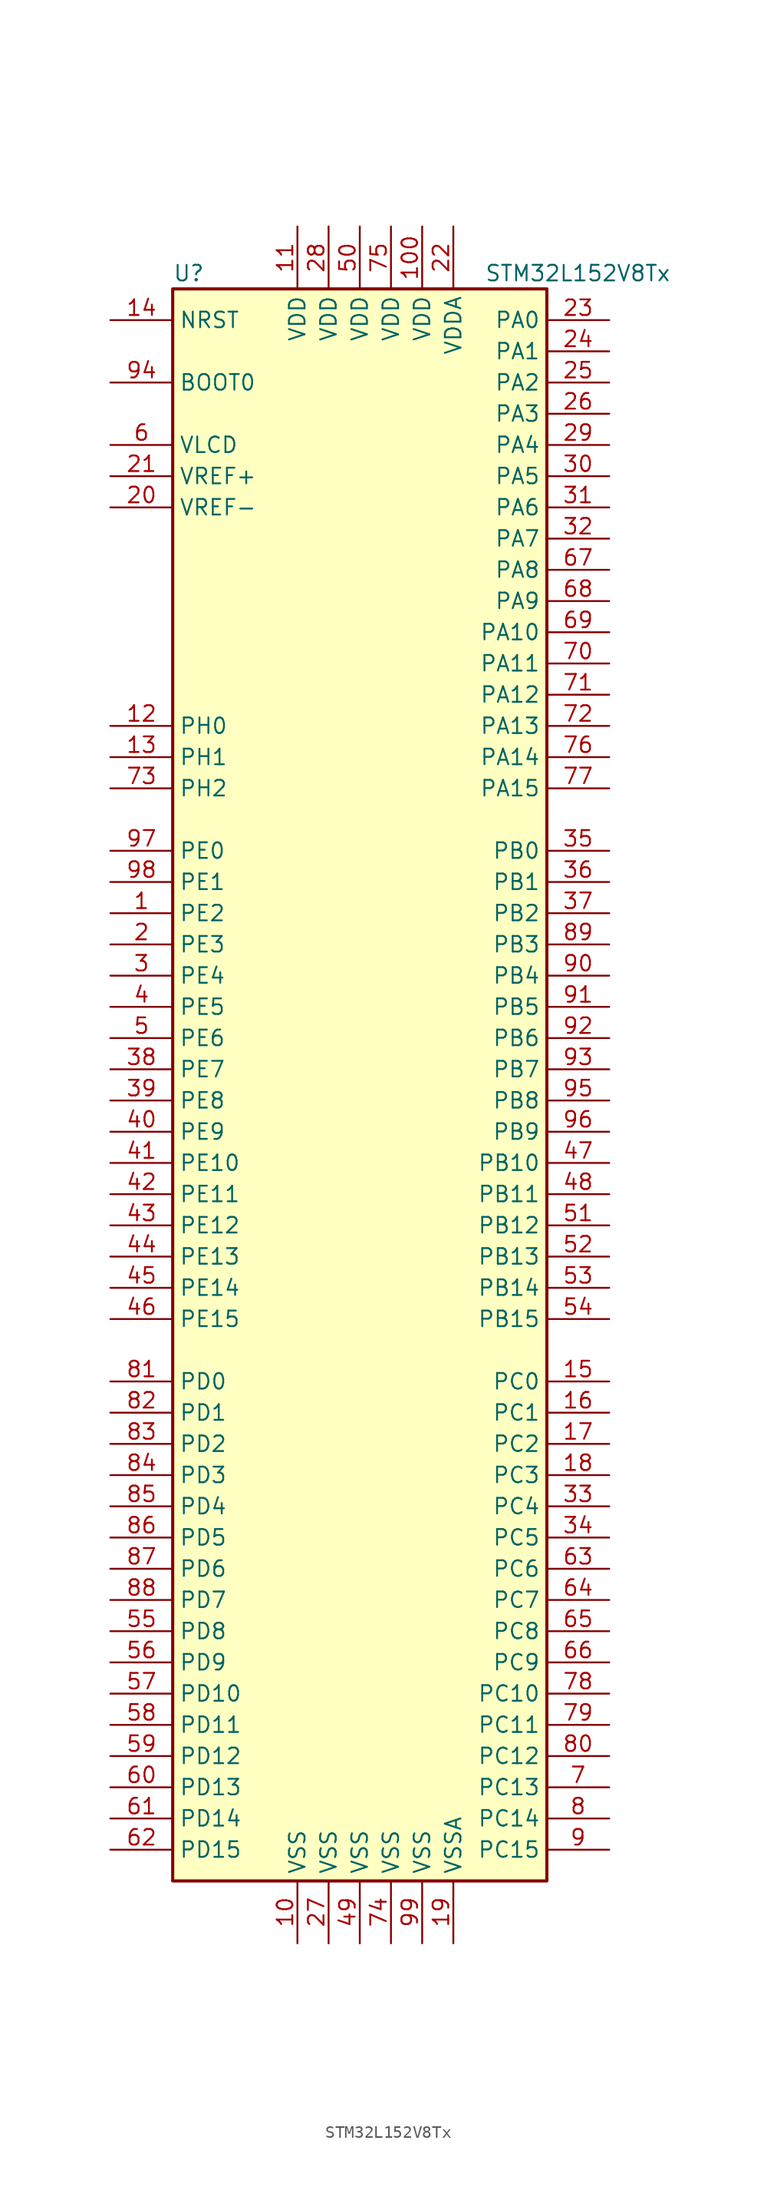
<source format=kicad_sym>
(kicad_symbol_lib
  (version 20201005)
  (generator kicad_symbol_editor)
  (symbol "STM32L152V8Tx"
    (property "Reference" "U"
      (at -15.24 64.77 0)
      (effects (font (size 1.27 1.27)) (justify left)))
    (property "Value" "STM32L152V8Tx"
      (at 10.16 64.77 0)
      (effects (font (size 1.27 1.27)) (justify left)))
    (symbol "STM32L152V8Tx_0_1"
      (rectangle (start -15.24 -66.04) (end 15.24 63.5) (stroke (width 0.254)) (fill (type background))))
    (symbol "STM32L152V8Tx_1_1"
      (pin bidirectional line (at -20.32 12.7 0) (length 5.08) (name "PE2" (effects (font (size 1.27 1.27)))) (number "1" (effects (font (size 1.27 1.27)))))
      (pin power_in line (at -5.08 -71.12 90) (length 5.08) (name "VSS" (effects (font (size 1.27 1.27)))) (number "10" (effects (font (size 1.27 1.27)))))
      (pin power_in line (at 5.08 68.58 270) (length 5.08) (name "VDD" (effects (font (size 1.27 1.27)))) (number "100" (effects (font (size 1.27 1.27)))))
      (pin power_in line (at -5.08 68.58 270) (length 5.08) (name "VDD" (effects (font (size 1.27 1.27)))) (number "11" (effects (font (size 1.27 1.27)))))
      (pin input line (at -20.32 27.94 0) (length 5.08) (name "PH0" (effects (font (size 1.27 1.27)))) (number "12" (effects (font (size 1.27 1.27)))))
      (pin input line (at -20.32 25.4 0) (length 5.08) (name "PH1" (effects (font (size 1.27 1.27)))) (number "13" (effects (font (size 1.27 1.27)))))
      (pin input line (at -20.32 60.96 0) (length 5.08) (name "NRST" (effects (font (size 1.27 1.27)))) (number "14" (effects (font (size 1.27 1.27)))))
      (pin bidirectional line (at 20.32 -25.4 180) (length 5.08) (name "PC0" (effects (font (size 1.27 1.27)))) (number "15" (effects (font (size 1.27 1.27)))))
      (pin bidirectional line (at 20.32 -27.94 180) (length 5.08) (name "PC1" (effects (font (size 1.27 1.27)))) (number "16" (effects (font (size 1.27 1.27)))))
      (pin bidirectional line (at 20.32 -30.48 180) (length 5.08) (name "PC2" (effects (font (size 1.27 1.27)))) (number "17" (effects (font (size 1.27 1.27)))))
      (pin bidirectional line (at 20.32 -33.02 180) (length 5.08) (name "PC3" (effects (font (size 1.27 1.27)))) (number "18" (effects (font (size 1.27 1.27)))))
      (pin power_in line (at 7.62 -71.12 90) (length 5.08) (name "VSSA" (effects (font (size 1.27 1.27)))) (number "19" (effects (font (size 1.27 1.27)))))
      (pin bidirectional line (at -20.32 10.16 0) (length 5.08) (name "PE3" (effects (font (size 1.27 1.27)))) (number "2" (effects (font (size 1.27 1.27)))))
      (pin power_in line (at -20.32 45.72 0) (length 5.08) (name "VREF-" (effects (font (size 1.27 1.27)))) (number "20" (effects (font (size 1.27 1.27)))))
      (pin power_in line (at -20.32 48.26 0) (length 5.08) (name "VREF+" (effects (font (size 1.27 1.27)))) (number "21" (effects (font (size 1.27 1.27)))))
      (pin power_in line (at 7.62 68.58 270) (length 5.08) (name "VDDA" (effects (font (size 1.27 1.27)))) (number "22" (effects (font (size 1.27 1.27)))))
      (pin bidirectional line (at 20.32 60.96 180) (length 5.08) (name "PA0" (effects (font (size 1.27 1.27)))) (number "23" (effects (font (size 1.27 1.27)))))
      (pin bidirectional line (at 20.32 58.42 180) (length 5.08) (name "PA1" (effects (font (size 1.27 1.27)))) (number "24" (effects (font (size 1.27 1.27)))))
      (pin bidirectional line (at 20.32 55.88 180) (length 5.08) (name "PA2" (effects (font (size 1.27 1.27)))) (number "25" (effects (font (size 1.27 1.27)))))
      (pin bidirectional line (at 20.32 53.34 180) (length 5.08) (name "PA3" (effects (font (size 1.27 1.27)))) (number "26" (effects (font (size 1.27 1.27)))))
      (pin power_in line (at -2.54 -71.12 90) (length 5.08) (name "VSS" (effects (font (size 1.27 1.27)))) (number "27" (effects (font (size 1.27 1.27)))))
      (pin power_in line (at -2.54 68.58 270) (length 5.08) (name "VDD" (effects (font (size 1.27 1.27)))) (number "28" (effects (font (size 1.27 1.27)))))
      (pin bidirectional line (at 20.32 50.8 180) (length 5.08) (name "PA4" (effects (font (size 1.27 1.27)))) (number "29" (effects (font (size 1.27 1.27)))))
      (pin bidirectional line (at -20.32 7.62 0) (length 5.08) (name "PE4" (effects (font (size 1.27 1.27)))) (number "3" (effects (font (size 1.27 1.27)))))
      (pin bidirectional line (at 20.32 48.26 180) (length 5.08) (name "PA5" (effects (font (size 1.27 1.27)))) (number "30" (effects (font (size 1.27 1.27)))))
      (pin bidirectional line (at 20.32 45.72 180) (length 5.08) (name "PA6" (effects (font (size 1.27 1.27)))) (number "31" (effects (font (size 1.27 1.27)))))
      (pin bidirectional line (at 20.32 43.18 180) (length 5.08) (name "PA7" (effects (font (size 1.27 1.27)))) (number "32" (effects (font (size 1.27 1.27)))))
      (pin bidirectional line (at 20.32 -35.56 180) (length 5.08) (name "PC4" (effects (font (size 1.27 1.27)))) (number "33" (effects (font (size 1.27 1.27)))))
      (pin bidirectional line (at 20.32 -38.1 180) (length 5.08) (name "PC5" (effects (font (size 1.27 1.27)))) (number "34" (effects (font (size 1.27 1.27)))))
      (pin bidirectional line (at 20.32 17.78 180) (length 5.08) (name "PB0" (effects (font (size 1.27 1.27)))) (number "35" (effects (font (size 1.27 1.27)))))
      (pin bidirectional line (at 20.32 15.24 180) (length 5.08) (name "PB1" (effects (font (size 1.27 1.27)))) (number "36" (effects (font (size 1.27 1.27)))))
      (pin bidirectional line (at 20.32 12.7 180) (length 5.08) (name "PB2" (effects (font (size 1.27 1.27)))) (number "37" (effects (font (size 1.27 1.27)))))
      (pin bidirectional line (at -20.32 0 0) (length 5.08) (name "PE7" (effects (font (size 1.27 1.27)))) (number "38" (effects (font (size 1.27 1.27)))))
      (pin bidirectional line (at -20.32 -2.54 0) (length 5.08) (name "PE8" (effects (font (size 1.27 1.27)))) (number "39" (effects (font (size 1.27 1.27)))))
      (pin bidirectional line (at -20.32 5.08 0) (length 5.08) (name "PE5" (effects (font (size 1.27 1.27)))) (number "4" (effects (font (size 1.27 1.27)))))
      (pin bidirectional line (at -20.32 -5.08 0) (length 5.08) (name "PE9" (effects (font (size 1.27 1.27)))) (number "40" (effects (font (size 1.27 1.27)))))
      (pin bidirectional line (at -20.32 -7.62 0) (length 5.08) (name "PE10" (effects (font (size 1.27 1.27)))) (number "41" (effects (font (size 1.27 1.27)))))
      (pin bidirectional line (at -20.32 -10.16 0) (length 5.08) (name "PE11" (effects (font (size 1.27 1.27)))) (number "42" (effects (font (size 1.27 1.27)))))
      (pin bidirectional line (at -20.32 -12.7 0) (length 5.08) (name "PE12" (effects (font (size 1.27 1.27)))) (number "43" (effects (font (size 1.27 1.27)))))
      (pin bidirectional line (at -20.32 -15.24 0) (length 5.08) (name "PE13" (effects (font (size 1.27 1.27)))) (number "44" (effects (font (size 1.27 1.27)))))
      (pin bidirectional line (at -20.32 -17.78 0) (length 5.08) (name "PE14" (effects (font (size 1.27 1.27)))) (number "45" (effects (font (size 1.27 1.27)))))
      (pin bidirectional line (at -20.32 -20.32 0) (length 5.08) (name "PE15" (effects (font (size 1.27 1.27)))) (number "46" (effects (font (size 1.27 1.27)))))
      (pin bidirectional line (at 20.32 -7.62 180) (length 5.08) (name "PB10" (effects (font (size 1.27 1.27)))) (number "47" (effects (font (size 1.27 1.27)))))
      (pin bidirectional line (at 20.32 -10.16 180) (length 5.08) (name "PB11" (effects (font (size 1.27 1.27)))) (number "48" (effects (font (size 1.27 1.27)))))
      (pin power_in line (at 0 -71.12 90) (length 5.08) (name "VSS" (effects (font (size 1.27 1.27)))) (number "49" (effects (font (size 1.27 1.27)))))
      (pin bidirectional line (at -20.32 2.54 0) (length 5.08) (name "PE6" (effects (font (size 1.27 1.27)))) (number "5" (effects (font (size 1.27 1.27)))))
      (pin power_in line (at 0 68.58 270) (length 5.08) (name "VDD" (effects (font (size 1.27 1.27)))) (number "50" (effects (font (size 1.27 1.27)))))
      (pin bidirectional line (at 20.32 -12.7 180) (length 5.08) (name "PB12" (effects (font (size 1.27 1.27)))) (number "51" (effects (font (size 1.27 1.27)))))
      (pin bidirectional line (at 20.32 -15.24 180) (length 5.08) (name "PB13" (effects (font (size 1.27 1.27)))) (number "52" (effects (font (size 1.27 1.27)))))
      (pin bidirectional line (at 20.32 -17.78 180) (length 5.08) (name "PB14" (effects (font (size 1.27 1.27)))) (number "53" (effects (font (size 1.27 1.27)))))
      (pin bidirectional line (at 20.32 -20.32 180) (length 5.08) (name "PB15" (effects (font (size 1.27 1.27)))) (number "54" (effects (font (size 1.27 1.27)))))
      (pin bidirectional line (at -20.32 -45.72 0) (length 5.08) (name "PD8" (effects (font (size 1.27 1.27)))) (number "55" (effects (font (size 1.27 1.27)))))
      (pin bidirectional line (at -20.32 -48.26 0) (length 5.08) (name "PD9" (effects (font (size 1.27 1.27)))) (number "56" (effects (font (size 1.27 1.27)))))
      (pin bidirectional line (at -20.32 -50.8 0) (length 5.08) (name "PD10" (effects (font (size 1.27 1.27)))) (number "57" (effects (font (size 1.27 1.27)))))
      (pin bidirectional line (at -20.32 -53.34 0) (length 5.08) (name "PD11" (effects (font (size 1.27 1.27)))) (number "58" (effects (font (size 1.27 1.27)))))
      (pin bidirectional line (at -20.32 -55.88 0) (length 5.08) (name "PD12" (effects (font (size 1.27 1.27)))) (number "59" (effects (font (size 1.27 1.27)))))
      (pin power_in line (at -20.32 50.8 0) (length 5.08) (name "VLCD" (effects (font (size 1.27 1.27)))) (number "6" (effects (font (size 1.27 1.27)))))
      (pin bidirectional line (at -20.32 -58.42 0) (length 5.08) (name "PD13" (effects (font (size 1.27 1.27)))) (number "60" (effects (font (size 1.27 1.27)))))
      (pin bidirectional line (at -20.32 -60.96 0) (length 5.08) (name "PD14" (effects (font (size 1.27 1.27)))) (number "61" (effects (font (size 1.27 1.27)))))
      (pin bidirectional line (at -20.32 -63.5 0) (length 5.08) (name "PD15" (effects (font (size 1.27 1.27)))) (number "62" (effects (font (size 1.27 1.27)))))
      (pin bidirectional line (at 20.32 -40.64 180) (length 5.08) (name "PC6" (effects (font (size 1.27 1.27)))) (number "63" (effects (font (size 1.27 1.27)))))
      (pin bidirectional line (at 20.32 -43.18 180) (length 5.08) (name "PC7" (effects (font (size 1.27 1.27)))) (number "64" (effects (font (size 1.27 1.27)))))
      (pin bidirectional line (at 20.32 -45.72 180) (length 5.08) (name "PC8" (effects (font (size 1.27 1.27)))) (number "65" (effects (font (size 1.27 1.27)))))
      (pin bidirectional line (at 20.32 -48.26 180) (length 5.08) (name "PC9" (effects (font (size 1.27 1.27)))) (number "66" (effects (font (size 1.27 1.27)))))
      (pin bidirectional line (at 20.32 40.64 180) (length 5.08) (name "PA8" (effects (font (size 1.27 1.27)))) (number "67" (effects (font (size 1.27 1.27)))))
      (pin bidirectional line (at 20.32 38.1 180) (length 5.08) (name "PA9" (effects (font (size 1.27 1.27)))) (number "68" (effects (font (size 1.27 1.27)))))
      (pin bidirectional line (at 20.32 35.56 180) (length 5.08) (name "PA10" (effects (font (size 1.27 1.27)))) (number "69" (effects (font (size 1.27 1.27)))))
      (pin bidirectional line (at 20.32 -58.42 180) (length 5.08) (name "PC13" (effects (font (size 1.27 1.27)))) (number "7" (effects (font (size 1.27 1.27)))))
      (pin bidirectional line (at 20.32 33.02 180) (length 5.08) (name "PA11" (effects (font (size 1.27 1.27)))) (number "70" (effects (font (size 1.27 1.27)))))
      (pin bidirectional line (at 20.32 30.48 180) (length 5.08) (name "PA12" (effects (font (size 1.27 1.27)))) (number "71" (effects (font (size 1.27 1.27)))))
      (pin bidirectional line (at 20.32 27.94 180) (length 5.08) (name "PA13" (effects (font (size 1.27 1.27)))) (number "72" (effects (font (size 1.27 1.27)))))
      (pin bidirectional line (at -20.32 22.86 0) (length 5.08) (name "PH2" (effects (font (size 1.27 1.27)))) (number "73" (effects (font (size 1.27 1.27)))))
      (pin power_in line (at 2.54 -71.12 90) (length 5.08) (name "VSS" (effects (font (size 1.27 1.27)))) (number "74" (effects (font (size 1.27 1.27)))))
      (pin power_in line (at 2.54 68.58 270) (length 5.08) (name "VDD" (effects (font (size 1.27 1.27)))) (number "75" (effects (font (size 1.27 1.27)))))
      (pin bidirectional line (at 20.32 25.4 180) (length 5.08) (name "PA14" (effects (font (size 1.27 1.27)))) (number "76" (effects (font (size 1.27 1.27)))))
      (pin bidirectional line (at 20.32 22.86 180) (length 5.08) (name "PA15" (effects (font (size 1.27 1.27)))) (number "77" (effects (font (size 1.27 1.27)))))
      (pin bidirectional line (at 20.32 -50.8 180) (length 5.08) (name "PC10" (effects (font (size 1.27 1.27)))) (number "78" (effects (font (size 1.27 1.27)))))
      (pin bidirectional line (at 20.32 -53.34 180) (length 5.08) (name "PC11" (effects (font (size 1.27 1.27)))) (number "79" (effects (font (size 1.27 1.27)))))
      (pin bidirectional line (at 20.32 -60.96 180) (length 5.08) (name "PC14" (effects (font (size 1.27 1.27)))) (number "8" (effects (font (size 1.27 1.27)))))
      (pin bidirectional line (at 20.32 -55.88 180) (length 5.08) (name "PC12" (effects (font (size 1.27 1.27)))) (number "80" (effects (font (size 1.27 1.27)))))
      (pin bidirectional line (at -20.32 -25.4 0) (length 5.08) (name "PD0" (effects (font (size 1.27 1.27)))) (number "81" (effects (font (size 1.27 1.27)))))
      (pin bidirectional line (at -20.32 -27.94 0) (length 5.08) (name "PD1" (effects (font (size 1.27 1.27)))) (number "82" (effects (font (size 1.27 1.27)))))
      (pin bidirectional line (at -20.32 -30.48 0) (length 5.08) (name "PD2" (effects (font (size 1.27 1.27)))) (number "83" (effects (font (size 1.27 1.27)))))
      (pin bidirectional line (at -20.32 -33.02 0) (length 5.08) (name "PD3" (effects (font (size 1.27 1.27)))) (number "84" (effects (font (size 1.27 1.27)))))
      (pin bidirectional line (at -20.32 -35.56 0) (length 5.08) (name "PD4" (effects (font (size 1.27 1.27)))) (number "85" (effects (font (size 1.27 1.27)))))
      (pin bidirectional line (at -20.32 -38.1 0) (length 5.08) (name "PD5" (effects (font (size 1.27 1.27)))) (number "86" (effects (font (size 1.27 1.27)))))
      (pin bidirectional line (at -20.32 -40.64 0) (length 5.08) (name "PD6" (effects (font (size 1.27 1.27)))) (number "87" (effects (font (size 1.27 1.27)))))
      (pin bidirectional line (at -20.32 -43.18 0) (length 5.08) (name "PD7" (effects (font (size 1.27 1.27)))) (number "88" (effects (font (size 1.27 1.27)))))
      (pin bidirectional line (at 20.32 10.16 180) (length 5.08) (name "PB3" (effects (font (size 1.27 1.27)))) (number "89" (effects (font (size 1.27 1.27)))))
      (pin bidirectional line (at 20.32 -63.5 180) (length 5.08) (name "PC15" (effects (font (size 1.27 1.27)))) (number "9" (effects (font (size 1.27 1.27)))))
      (pin bidirectional line (at 20.32 7.62 180) (length 5.08) (name "PB4" (effects (font (size 1.27 1.27)))) (number "90" (effects (font (size 1.27 1.27)))))
      (pin bidirectional line (at 20.32 5.08 180) (length 5.08) (name "PB5" (effects (font (size 1.27 1.27)))) (number "91" (effects (font (size 1.27 1.27)))))
      (pin bidirectional line (at 20.32 2.54 180) (length 5.08) (name "PB6" (effects (font (size 1.27 1.27)))) (number "92" (effects (font (size 1.27 1.27)))))
      (pin bidirectional line (at 20.32 0 180) (length 5.08) (name "PB7" (effects (font (size 1.27 1.27)))) (number "93" (effects (font (size 1.27 1.27)))))
      (pin input line (at -20.32 55.88 0) (length 5.08) (name "BOOT0" (effects (font (size 1.27 1.27)))) (number "94" (effects (font (size 1.27 1.27)))))
      (pin bidirectional line (at 20.32 -2.54 180) (length 5.08) (name "PB8" (effects (font (size 1.27 1.27)))) (number "95" (effects (font (size 1.27 1.27)))))
      (pin bidirectional line (at 20.32 -5.08 180) (length 5.08) (name "PB9" (effects (font (size 1.27 1.27)))) (number "96" (effects (font (size 1.27 1.27)))))
      (pin bidirectional line (at -20.32 17.78 0) (length 5.08) (name "PE0" (effects (font (size 1.27 1.27)))) (number "97" (effects (font (size 1.27 1.27)))))
      (pin bidirectional line (at -20.32 15.24 0) (length 5.08) (name "PE1" (effects (font (size 1.27 1.27)))) (number "98" (effects (font (size 1.27 1.27)))))
      (pin power_in line (at 5.08 -71.12 90) (length 5.08) (name "VSS" (effects (font (size 1.27 1.27)))) (number "99" (effects (font (size 1.27 1.27))))))))
</source>
